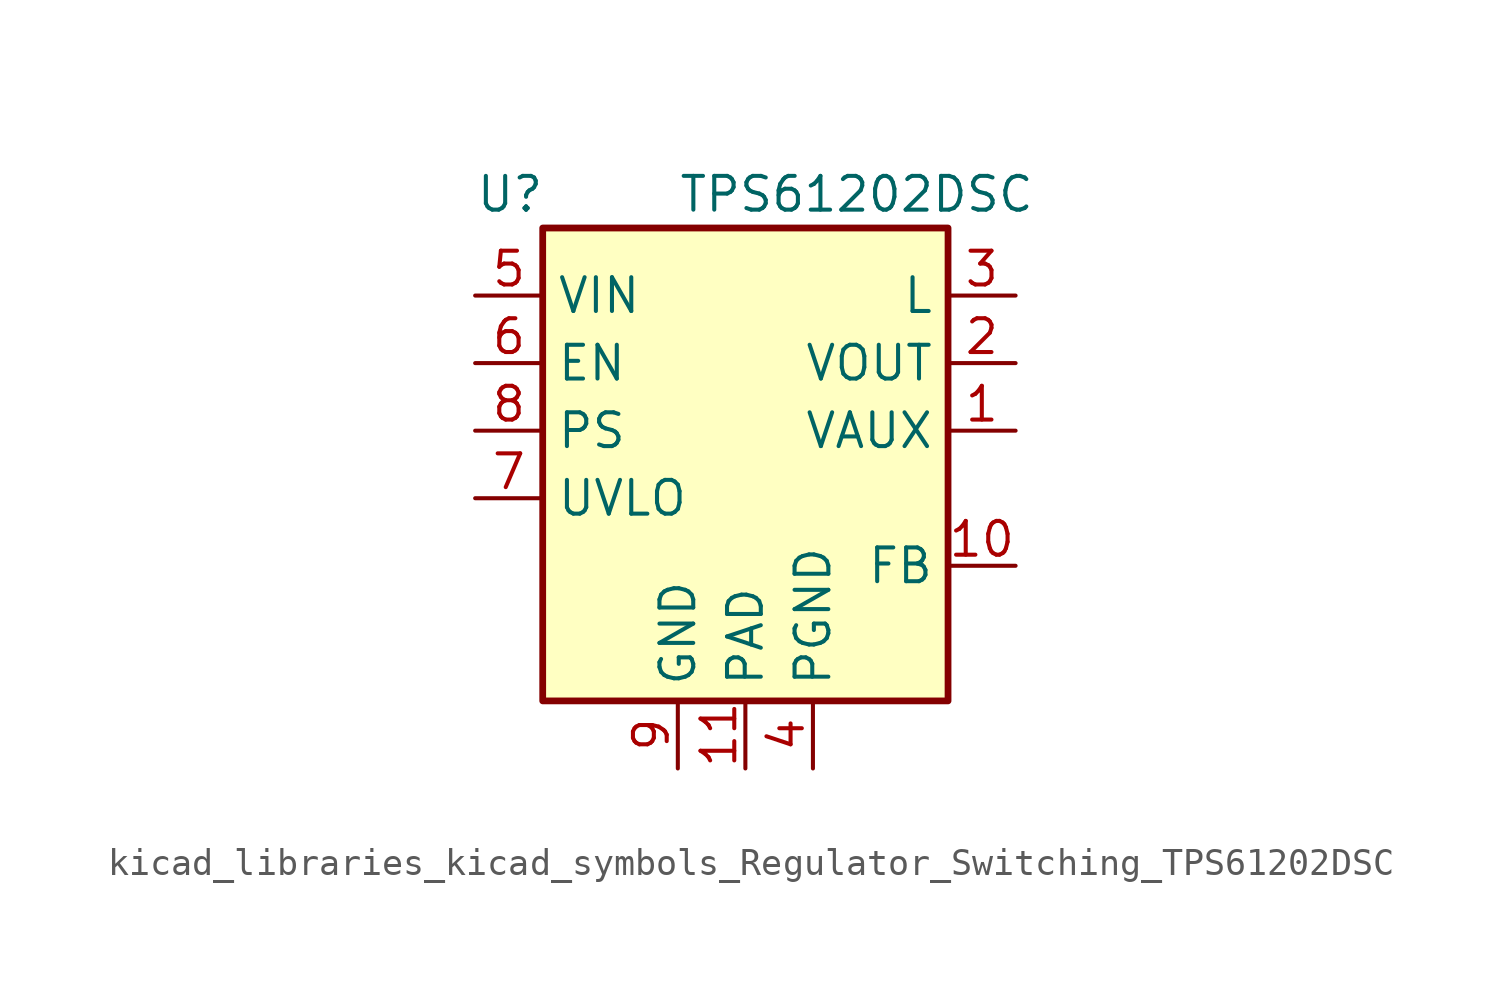
<source format=kicad_sym>
(kicad_symbol_lib
  (version 20220914)
  (generator kicad_symbol_editor)
  (symbol "kicad_libraries_kicad_symbols_Regulator_Switching_TPS61202DSC"
    (property "Reference" "U"
      (at -10.16 8.89 0)
      (effects (font (size 1.27 1.27)) (justify left)))
    (property "Value" "TPS61202DSC"
      (at -2.54 8.89 0)
      (effects (font (size 1.27 1.27)) (justify left)))
    (symbol "kicad_libraries_kicad_symbols_Regulator_Switching_TPS61202DSC_0_1"
      (rectangle (start -7.62 7.62) (end 7.62 -10.16) (stroke (width 0.254) (type default)) (fill (type background))))
    (symbol "kicad_libraries_kicad_symbols_Regulator_Switching_TPS61202DSC_1_1"
      (pin bidirectional line (at 10.16 0 180) (length 2.54) (name "VAUX" (effects (font (size 1.27 1.27)))) (number "1" (effects (font (size 1.27 1.27)))))
      (pin input line (at 10.16 -5.08 180) (length 2.54) (name "FB" (effects (font (size 1.27 1.27)))) (number "10" (effects (font (size 1.27 1.27)))))
      (pin power_in line (at 0 -12.7 90) (length 2.54) (name "PAD" (effects (font (size 1.27 1.27)))) (number "11" (effects (font (size 1.27 1.27)))))
      (pin power_out line (at 10.16 2.54 180) (length 2.54) (name "VOUT" (effects (font (size 1.27 1.27)))) (number "2" (effects (font (size 1.27 1.27)))))
      (pin input line (at 10.16 5.08 180) (length 2.54) (name "L" (effects (font (size 1.27 1.27)))) (number "3" (effects (font (size 1.27 1.27)))))
      (pin power_in line (at 2.54 -12.7 90) (length 2.54) (name "PGND" (effects (font (size 1.27 1.27)))) (number "4" (effects (font (size 1.27 1.27)))))
      (pin power_in line (at -10.16 5.08 0) (length 2.54) (name "VIN" (effects (font (size 1.27 1.27)))) (number "5" (effects (font (size 1.27 1.27)))))
      (pin input line (at -10.16 2.54 0) (length 2.54) (name "EN" (effects (font (size 1.27 1.27)))) (number "6" (effects (font (size 1.27 1.27)))))
      (pin input line (at -10.16 -2.54 0) (length 2.54) (name "UVLO" (effects (font (size 1.27 1.27)))) (number "7" (effects (font (size 1.27 1.27)))))
      (pin input line (at -10.16 0 0) (length 2.54) (name "PS" (effects (font (size 1.27 1.27)))) (number "8" (effects (font (size 1.27 1.27)))))
      (pin power_in line (at -2.54 -12.7 90) (length 2.54) (name "GND" (effects (font (size 1.27 1.27)))) (number "9" (effects (font (size 1.27 1.27))))))))
</source>
